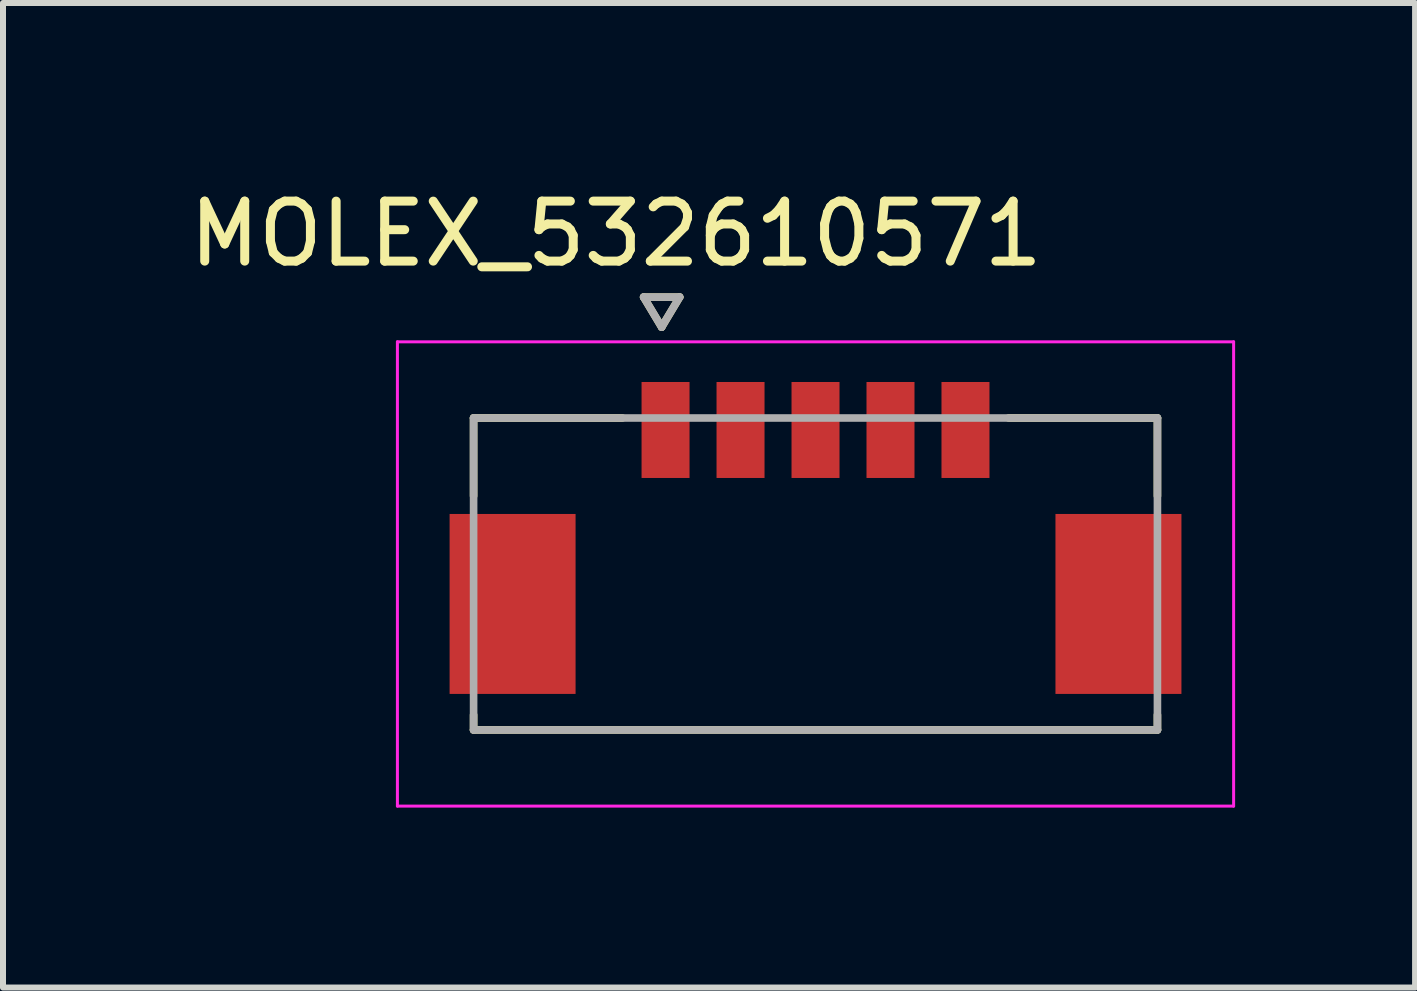
<source format=kicad_pcb>
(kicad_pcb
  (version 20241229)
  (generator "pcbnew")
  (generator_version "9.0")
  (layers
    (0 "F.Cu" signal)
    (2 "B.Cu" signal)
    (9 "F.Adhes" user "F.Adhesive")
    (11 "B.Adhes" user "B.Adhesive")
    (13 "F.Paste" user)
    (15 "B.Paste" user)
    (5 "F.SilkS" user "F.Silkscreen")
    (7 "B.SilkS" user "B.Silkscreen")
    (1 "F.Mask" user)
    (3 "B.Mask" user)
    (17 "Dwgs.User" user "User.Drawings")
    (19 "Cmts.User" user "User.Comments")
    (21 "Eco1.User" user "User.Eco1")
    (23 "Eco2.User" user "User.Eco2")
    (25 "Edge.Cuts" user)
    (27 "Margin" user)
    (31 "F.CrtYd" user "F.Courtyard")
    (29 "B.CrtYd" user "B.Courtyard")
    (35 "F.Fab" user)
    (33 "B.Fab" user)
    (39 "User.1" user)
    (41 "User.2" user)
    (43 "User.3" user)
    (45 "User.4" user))
  (footprint "MOLEX_532610571"
    (layer "F.Cu")
    (at 10.545 6.518)
    (property "Reference" "MOLEX_532610571" (at -3.325 -5.67 0) (layer "F.SilkS") (effects (font (size 1 1) (thickness 0.15))))
    (attr smd)
    (fp_poly (pts (xy -6.176 -1.076) (xy -3.924 -1.076) (xy -3.924 2.076) (xy -6.176 2.076)) (stroke (width 0.01) (type solid)) (fill yes) (layer "F.Mask"))
    (fp_poly (pts (xy -2.976 -3.276) (xy -2.024 -3.276) (xy -2.024 -1.524) (xy -2.976 -1.524)) (stroke (width 0.01) (type solid)) (fill yes) (layer "F.Mask"))
    (fp_poly (pts (xy -1.726 -3.276) (xy -0.774 -3.276) (xy -0.774 -1.524) (xy -1.726 -1.524)) (stroke (width 0.01) (type solid)) (fill yes) (layer "F.Mask"))
    (fp_poly (pts (xy -0.476 -3.276) (xy 0.476 -3.276) (xy 0.476 -1.524) (xy -0.476 -1.524)) (stroke (width 0.01) (type solid)) (fill yes) (layer "F.Mask"))
    (fp_poly (pts (xy 0.774 -3.276) (xy 1.726 -3.276) (xy 1.726 -1.524) (xy 0.774 -1.524)) (stroke (width 0.01) (type solid)) (fill yes) (layer "F.Mask"))
    (fp_poly (pts (xy 2.024 -3.276) (xy 2.976 -3.276) (xy 2.976 -1.524) (xy 2.024 -1.524)) (stroke (width 0.01) (type solid)) (fill yes) (layer "F.Mask"))
    (fp_poly (pts (xy 3.924 -1.076) (xy 6.176 -1.076) (xy 6.176 2.076) (xy 3.924 2.076)) (stroke (width 0.01) (type solid)) (fill yes) (layer "F.Mask"))
    (fp_line (start -5.7 -2.6) (end -3.22 -2.6) (stroke (width 0.127) (type solid)) (layer "F.SilkS"))
    (fp_line (start -5.7 -1.3) (end -5.7 -2.6) (stroke (width 0.127) (type solid)) (layer "F.SilkS"))
    (fp_line (start -5.7 2.6) (end -5.7 2.35) (stroke (width 0.127) (type solid)) (layer "F.SilkS"))
    (fp_line (start -5.7 2.6) (end 5.7 2.6) (stroke (width 0.127) (type solid)) (layer "F.SilkS"))
    (fp_line (start -2.865 -4.615) (end -2.265 -4.615) (stroke (width 0.127) (type solid)) (layer "F.SilkS"))
    (fp_line (start -2.565 -4.115) (end -2.865 -4.615) (stroke (width 0.127) (type solid)) (layer "F.SilkS"))
    (fp_line (start -2.265 -4.615) (end -2.565 -4.115) (stroke (width 0.127) (type solid)) (layer "F.SilkS"))
    (fp_line (start 3.22 -2.6) (end 5.7 -2.6) (stroke (width 0.127) (type solid)) (layer "F.SilkS"))
    (fp_line (start 5.7 -2.6) (end 5.7 -1.3) (stroke (width 0.127) (type solid)) (layer "F.SilkS"))
    (fp_line (start 5.7 2.6) (end 5.7 2.35) (stroke (width 0.127) (type solid)) (layer "F.SilkS"))
    (fp_line (start -6.97 3.87) (end -6.97 -3.87) (stroke (width 0.05) (type solid)) (layer "F.CrtYd"))
    (fp_line (start 6.97 -3.87) (end -6.97 -3.87) (stroke (width 0.05) (type solid)) (layer "F.CrtYd"))
    (fp_line (start 6.97 -3.87) (end 6.97 3.87) (stroke (width 0.05) (type solid)) (layer "F.CrtYd"))
    (fp_line (start 6.97 3.87) (end -6.97 3.87) (stroke (width 0.05) (type solid)) (layer "F.CrtYd"))
    (fp_line (start -5.7 -2.6) (end 5.7 -2.6) (stroke (width 0.127) (type solid)) (layer "F.Fab"))
    (fp_line (start -5.7 2.6) (end -5.7 -2.6) (stroke (width 0.127) (type solid)) (layer "F.Fab"))
    (fp_line (start -2.865 -4.615) (end -2.265 -4.615) (stroke (width 0.127) (type solid)) (layer "F.Fab"))
    (fp_line (start -2.565 -4.115) (end -2.865 -4.615) (stroke (width 0.127) (type solid)) (layer "F.Fab"))
    (fp_line (start -2.265 -4.615) (end -2.565 -4.115) (stroke (width 0.127) (type solid)) (layer "F.Fab"))
    (fp_line (start 5.7 -2.6) (end 5.7 2.6) (stroke (width 0.127) (type solid)) (layer "F.Fab"))
    (fp_line (start 5.7 2.6) (end -5.7 2.6) (stroke (width 0.127) (type solid)) (layer "F.Fab"))
    (pad "1" smd rect (at -2.5 -2.4) (size 0.8 1.6) (layers "F.Cu" "F.Paste"))
    (pad "2" smd rect (at -1.25 -2.4) (size 0.8 1.6) (layers "F.Cu" "F.Paste"))
    (pad "3" smd rect (at 0 -2.4) (size 0.8 1.6) (layers "F.Cu" "F.Paste"))
    (pad "4" smd rect (at 1.25 -2.4) (size 0.8 1.6) (layers "F.Cu" "F.Paste"))
    (pad "5" smd rect (at 2.5 -2.4) (size 0.8 1.6) (layers "F.Cu" "F.Paste"))
    (pad "S1" smd rect (at -5.05 0.5) (size 2.1 3) (layers "F.Cu" "F.Paste"))
    (pad "S2" smd rect (at 5.05 0.5) (size 2.1 3) (layers "F.Cu" "F.Paste")))
  (gr_rect
    (start -3 -3)
    (end 20.54 13.413)
    (stroke (width 0.1) (type default))
    (fill no)
    (layer "Edge.Cuts")))
</source>
